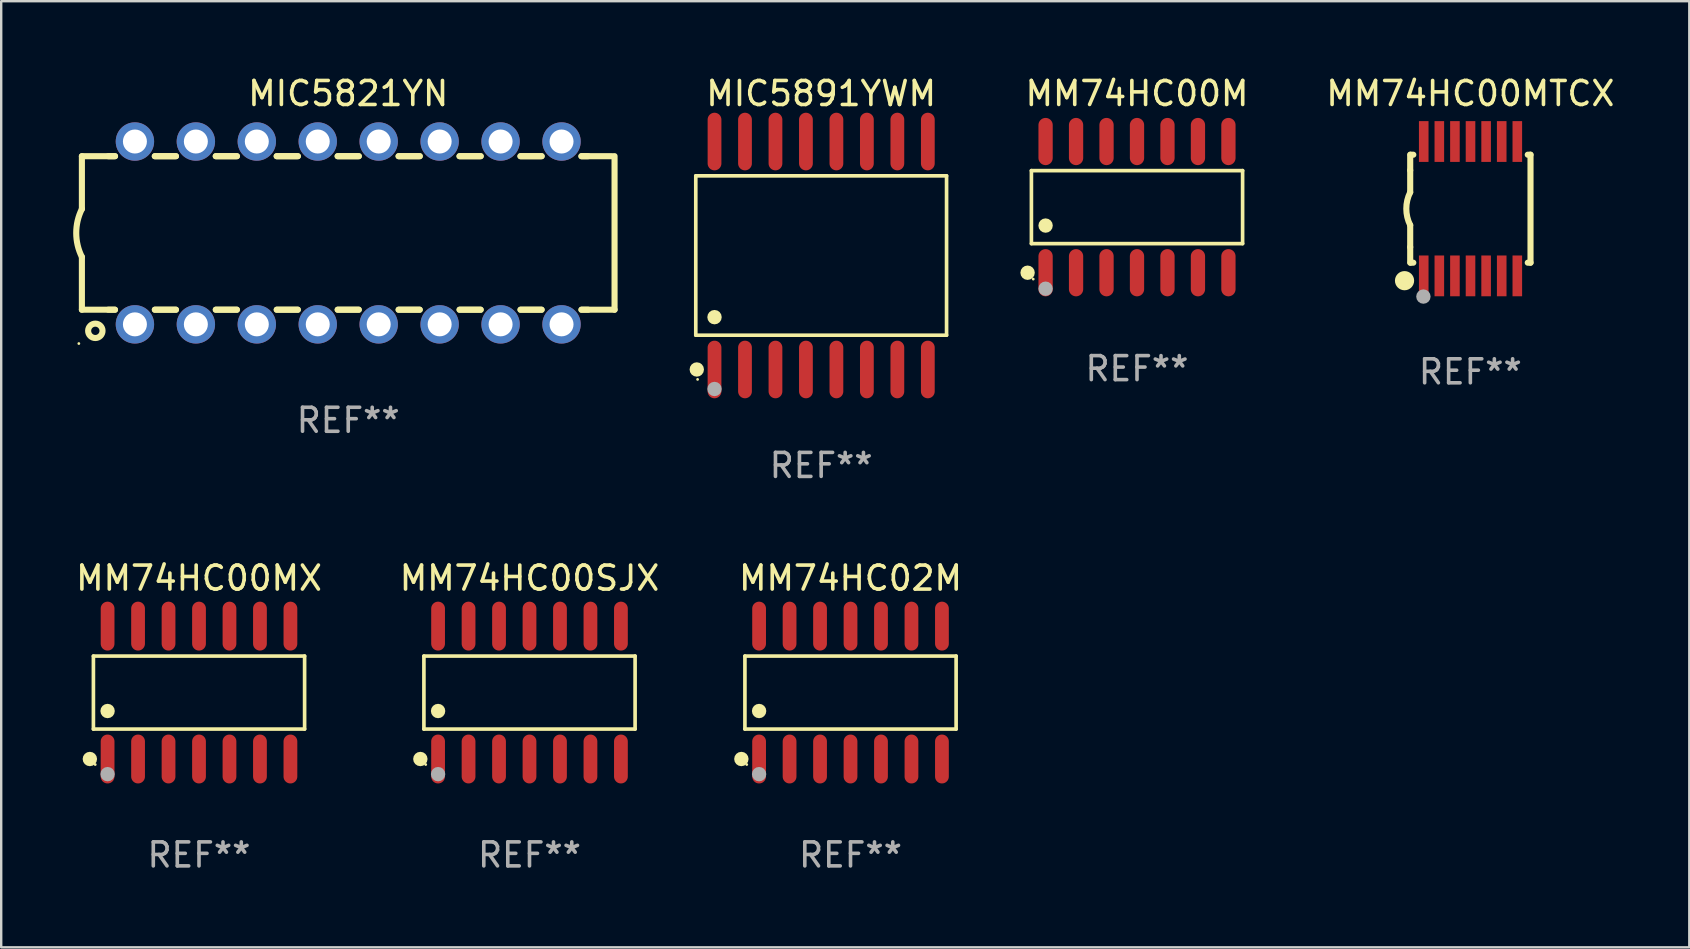
<source format=kicad_pcb>
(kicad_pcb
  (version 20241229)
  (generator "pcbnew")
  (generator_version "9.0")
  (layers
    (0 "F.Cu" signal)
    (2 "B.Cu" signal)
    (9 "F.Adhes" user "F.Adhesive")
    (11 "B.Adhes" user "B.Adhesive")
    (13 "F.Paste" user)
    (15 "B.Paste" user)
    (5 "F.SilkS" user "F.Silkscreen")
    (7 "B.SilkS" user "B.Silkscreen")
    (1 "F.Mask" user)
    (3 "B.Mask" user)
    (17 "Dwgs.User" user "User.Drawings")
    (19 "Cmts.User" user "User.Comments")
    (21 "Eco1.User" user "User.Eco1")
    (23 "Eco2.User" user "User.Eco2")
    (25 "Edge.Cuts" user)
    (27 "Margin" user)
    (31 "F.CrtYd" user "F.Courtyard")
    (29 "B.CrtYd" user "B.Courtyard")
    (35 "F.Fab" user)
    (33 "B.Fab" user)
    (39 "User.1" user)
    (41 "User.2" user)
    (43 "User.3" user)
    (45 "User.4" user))
  (footprint "MIC5891YWM"
    (layer "F.Cu")
    (at 31.174 7.599)
    (property "Reference" "MIC5891YWM" (at 0 -6.75 0) (layer "F.SilkS") (effects (font (size 1 1) (thickness 0.15))))
    (attr through_hole)
    (fp_line (start -5.226 -3.321) (end 5.226 -3.321) (stroke (width 0.152) (type solid)) (layer "F.SilkS"))
    (fp_line (start -5.226 3.321) (end -5.226 -3.321) (stroke (width 0.152) (type solid)) (layer "F.SilkS"))
    (fp_line (start 5.226 -3.321) (end 5.226 3.321) (stroke (width 0.152) (type solid)) (layer "F.SilkS"))
    (fp_line (start 5.226 3.321) (end -5.226 3.321) (stroke (width 0.152) (type solid)) (layer "F.SilkS"))
    (fp_circle (center -5.184 4.75) (end -5.034 4.75) (stroke (width 0.3) (type solid)) (fill no) (layer "F.SilkS"))
    (fp_circle (center -5.15 5.163) (end -5.12 5.163) (stroke (width 0.06) (type solid)) (fill no) (layer "F.SilkS"))
    (fp_circle (center -4.445 2.569) (end -4.295 2.569) (stroke (width 0.3) (type solid)) (fill no) (layer "F.SilkS"))
    (fp_circle (center -4.445 5.563) (end -4.295 5.563) (stroke (width 0.3) (type solid)) (fill no) (layer "F.Fab"))
    (fp_text user "REF**" (at 0 8.75 0) (layer "F.Fab") (effects (font (size 1 1) (thickness 0.15))))
    (pad "1" smd oval (at -4.445 4.75) (size 0.574 2.401) (layers "F.Cu" "F.Mask" "F.Paste"))
    (pad "2" smd oval (at -3.175 4.75) (size 0.574 2.401) (layers "F.Cu" "F.Mask" "F.Paste"))
    (pad "3" smd oval (at -1.905 4.75) (size 0.574 2.401) (layers "F.Cu" "F.Mask" "F.Paste"))
    (pad "4" smd oval (at -0.635 4.75) (size 0.574 2.401) (layers "F.Cu" "F.Mask" "F.Paste"))
    (pad "5" smd oval (at 0.635 4.75) (size 0.574 2.401) (layers "F.Cu" "F.Mask" "F.Paste"))
    (pad "6" smd oval (at 1.905 4.75) (size 0.574 2.401) (layers "F.Cu" "F.Mask" "F.Paste"))
    (pad "7" smd oval (at 3.175 4.75) (size 0.574 2.401) (layers "F.Cu" "F.Mask" "F.Paste"))
    (pad "8" smd oval (at 4.445 4.75) (size 0.574 2.401) (layers "F.Cu" "F.Mask" "F.Paste"))
    (pad "9" smd oval (at 4.445 -4.75) (size 0.574 2.401) (layers "F.Cu" "F.Mask" "F.Paste"))
    (pad "10" smd oval (at 3.175 -4.75) (size 0.574 2.401) (layers "F.Cu" "F.Mask" "F.Paste"))
    (pad "11" smd oval (at 1.905 -4.75) (size 0.574 2.401) (layers "F.Cu" "F.Mask" "F.Paste"))
    (pad "12" smd oval (at 0.635 -4.75) (size 0.574 2.401) (layers "F.Cu" "F.Mask" "F.Paste"))
    (pad "13" smd oval (at -0.635 -4.75) (size 0.574 2.401) (layers "F.Cu" "F.Mask" "F.Paste"))
    (pad "14" smd oval (at -1.905 -4.75) (size 0.574 2.401) (layers "F.Cu" "F.Mask" "F.Paste"))
    (pad "15" smd oval (at -3.175 -4.75) (size 0.574 2.401) (layers "F.Cu" "F.Mask" "F.Paste"))
    (pad "16" smd oval (at -4.445 -4.75) (size 0.574 2.401) (layers "F.Cu" "F.Mask" "F.Paste")))
  (footprint "MIC5821YN"
    (layer "F.Cu")
    (at 11.463 6.658)
    (property "Reference" "MIC5821YN" (at 0 -5.81 0) (layer "F.SilkS") (effects (font (size 1 1) (thickness 0.15))))
    (attr through_hole)
    (fp_line (start -11.1 -3.198) (end -9.719 -3.198) (stroke (width 0.254) (type solid)) (layer "F.SilkS"))
    (fp_line (start -11.1 -0.998) (end -11.1 -3.198) (stroke (width 0.254) (type solid)) (layer "F.SilkS"))
    (fp_line (start -11.1 3.2) (end -11.1 1) (stroke (width 0.254) (type solid)) (layer "F.SilkS"))
    (fp_line (start -11.1 3.2) (end -9.721 3.2) (stroke (width 0.254) (type solid)) (layer "F.SilkS"))
    (fp_line (start -10 -3.198) (end -9.719 -3.198) (stroke (width 0.254) (type solid)) (layer "F.SilkS"))
    (fp_line (start -10 3.2) (end -9.721 3.2) (stroke (width 0.254) (type solid)) (layer "F.SilkS"))
    (fp_line (start -8.061 -3.198) (end -7.179 -3.198) (stroke (width 0.254) (type solid)) (layer "F.SilkS"))
    (fp_line (start -8.061 -3.198) (end -7.179 -3.198) (stroke (width 0.254) (type solid)) (layer "F.SilkS"))
    (fp_line (start -8.059 3.2) (end -7.181 3.2) (stroke (width 0.254) (type solid)) (layer "F.SilkS"))
    (fp_line (start -8.059 3.2) (end -7.181 3.2) (stroke (width 0.254) (type solid)) (layer "F.SilkS"))
    (fp_line (start -5.521 -3.198) (end -4.639 -3.198) (stroke (width 0.254) (type solid)) (layer "F.SilkS"))
    (fp_line (start -5.521 -3.198) (end -4.639 -3.198) (stroke (width 0.254) (type solid)) (layer "F.SilkS"))
    (fp_line (start -5.519 3.2) (end -4.641 3.2) (stroke (width 0.254) (type solid)) (layer "F.SilkS"))
    (fp_line (start -5.519 3.2) (end -4.641 3.2) (stroke (width 0.254) (type solid)) (layer "F.SilkS"))
    (fp_line (start -2.981 -3.198) (end -2.099 -3.198) (stroke (width 0.254) (type solid)) (layer "F.SilkS"))
    (fp_line (start -2.981 -3.198) (end -2.099 -3.198) (stroke (width 0.254) (type solid)) (layer "F.SilkS"))
    (fp_line (start -2.979 3.2) (end -2.101 3.2) (stroke (width 0.254) (type solid)) (layer "F.SilkS"))
    (fp_line (start -2.979 3.2) (end -2.101 3.2) (stroke (width 0.254) (type solid)) (layer "F.SilkS"))
    (fp_line (start -0.441 -3.198) (end 0.441 -3.198) (stroke (width 0.254) (type solid)) (layer "F.SilkS"))
    (fp_line (start -0.441 -3.198) (end 0.441 -3.198) (stroke (width 0.254) (type solid)) (layer "F.SilkS"))
    (fp_line (start -0.439 3.2) (end 0.439 3.2) (stroke (width 0.254) (type solid)) (layer "F.SilkS"))
    (fp_line (start -0.439 3.2) (end 0.439 3.2) (stroke (width 0.254) (type solid)) (layer "F.SilkS"))
    (fp_line (start 2.099 -3.198) (end 2.981 -3.198) (stroke (width 0.254) (type solid)) (layer "F.SilkS"))
    (fp_line (start 2.099 -3.198) (end 2.981 -3.198) (stroke (width 0.254) (type solid)) (layer "F.SilkS"))
    (fp_line (start 2.101 3.2) (end 2.979 3.2) (stroke (width 0.254) (type solid)) (layer "F.SilkS"))
    (fp_line (start 2.101 3.2) (end 2.979 3.2) (stroke (width 0.254) (type solid)) (layer "F.SilkS"))
    (fp_line (start 4.639 -3.198) (end 5.521 -3.198) (stroke (width 0.254) (type solid)) (layer "F.SilkS"))
    (fp_line (start 4.639 -3.198) (end 5.521 -3.198) (stroke (width 0.254) (type solid)) (layer "F.SilkS"))
    (fp_line (start 4.641 3.2) (end 5.519 3.2) (stroke (width 0.254) (type solid)) (layer "F.SilkS"))
    (fp_line (start 4.641 3.2) (end 5.519 3.2) (stroke (width 0.254) (type solid)) (layer "F.SilkS"))
    (fp_line (start 7.179 -3.198) (end 8.061 -3.198) (stroke (width 0.254) (type solid)) (layer "F.SilkS"))
    (fp_line (start 7.179 -3.198) (end 8.061 -3.198) (stroke (width 0.254) (type solid)) (layer "F.SilkS"))
    (fp_line (start 7.181 3.2) (end 8.059 3.2) (stroke (width 0.254) (type solid)) (layer "F.SilkS"))
    (fp_line (start 7.181 3.2) (end 8.059 3.2) (stroke (width 0.254) (type solid)) (layer "F.SilkS"))
    (fp_line (start 9.719 -3.198) (end 10 -3.198) (stroke (width 0.254) (type solid)) (layer "F.SilkS"))
    (fp_line (start 9.719 -3.198) (end 11 -3.198) (stroke (width 0.254) (type solid)) (layer "F.SilkS"))
    (fp_line (start 9.721 3.2) (end 11.1 3.2) (stroke (width 0.254) (type solid)) (layer "F.SilkS"))
    (fp_line (start 9.721 3.2) (end 10 3.2) (stroke (width 0.254) (type solid)) (layer "F.SilkS"))
    (fp_line (start 11.1 3.2) (end 11.1 -3.2) (stroke (width 0.254) (type solid)) (layer "F.SilkS"))
    (fp_arc (start -11.099823 1.000762) (mid -11.335827 0.001303) (end -11.1 -0.998197) (stroke (width 0.254001) (type solid)) (layer "F.SilkS"))
    (fp_circle (center -11.227 4.61) (end -11.197 4.61) (stroke (width 0.06) (type solid)) (fill no) (layer "F.SilkS"))
    (fp_circle (center -10.54 4.08) (end -10.24 4.08) (stroke (width 0.254) (type solid)) (fill no) (layer "F.SilkS"))
    (fp_text user "REF**" (at 0 7.81 0) (layer "F.Fab") (effects (font (size 1 1) (thickness 0.15))))
    (pad "1" thru_hole circle (at -8.89 3.81) (size 1.6 1.6) (drill 1) (layers "*.Cu" "*.Mask"))
    (pad "2" thru_hole circle (at -6.35 3.81) (size 1.6 1.6) (drill 1) (layers "*.Cu" "*.Mask"))
    (pad "3" thru_hole circle (at -3.81 3.81) (size 1.6 1.6) (drill 1) (layers "*.Cu" "*.Mask"))
    (pad "4" thru_hole circle (at -1.27 3.81) (size 1.6 1.6) (drill 1) (layers "*.Cu" "*.Mask"))
    (pad "5" thru_hole circle (at 1.27 3.81) (size 1.6 1.6) (drill 1) (layers "*.Cu" "*.Mask"))
    (pad "6" thru_hole circle (at 3.81 3.81) (size 1.6 1.6) (drill 1) (layers "*.Cu" "*.Mask"))
    (pad "7" thru_hole circle (at 6.35 3.81) (size 1.6 1.6) (drill 1) (layers "*.Cu" "*.Mask"))
    (pad "8" thru_hole circle (at 8.89 3.81) (size 1.6 1.6) (drill 1) (layers "*.Cu" "*.Mask"))
    (pad "9" thru_hole circle (at 8.89 -3.81) (size 1.6 1.6) (drill 1) (layers "*.Cu" "*.Mask"))
    (pad "10" thru_hole circle (at 6.35 -3.81) (size 1.6 1.6) (drill 1) (layers "*.Cu" "*.Mask"))
    (pad "11" thru_hole circle (at 3.81 -3.81) (size 1.6 1.6) (drill 1) (layers "*.Cu" "*.Mask"))
    (pad "12" thru_hole circle (at 1.27 -3.81) (size 1.6 1.6) (drill 1) (layers "*.Cu" "*.Mask"))
    (pad "13" thru_hole circle (at -1.27 -3.81) (size 1.6 1.6) (drill 1) (layers "*.Cu" "*.Mask"))
    (pad "14" thru_hole circle (at -3.81 -3.81) (size 1.6 1.6) (drill 1) (layers "*.Cu" "*.Mask"))
    (pad "15" thru_hole circle (at -6.35 -3.81) (size 1.6 1.6) (drill 1) (layers "*.Cu" "*.Mask"))
    (pad "16" thru_hole circle (at -8.89 -3.81) (size 1.6 1.6) (drill 1) (layers "*.Cu" "*.Mask")))
  (footprint "MM74HC00MTCX"
    (layer "F.Cu")
    (at 58.23 5.648)
    (property "Reference" "MM74HC00MTCX" (at 0 -4.8 0) (layer "F.SilkS") (effects (font (size 1 1) (thickness 0.15))))
    (attr through_hole)
    (fp_line (start -2.507 -1.6) (end -2.507 -2.25) (stroke (width 0.254) (type solid)) (layer "F.SilkS"))
    (fp_line (start -2.507 -0.686) (end -2.507 -1.6) (stroke (width 0.254) (type solid)) (layer "F.SilkS"))
    (fp_line (start -2.507 1.6) (end -2.507 0.686) (stroke (width 0.254) (type solid)) (layer "F.SilkS"))
    (fp_line (start -2.507 1.6) (end -2.507 2.25) (stroke (width 0.254) (type solid)) (layer "F.SilkS"))
    (fp_line (start -2.493 -2.25) (end -2.377 -2.25) (stroke (width 0.254) (type solid)) (layer "F.SilkS"))
    (fp_line (start -2.377 2.25) (end -2.493 2.25) (stroke (width 0.254) (type solid)) (layer "F.SilkS"))
    (fp_line (start 2.392 -2.25) (end 2.507 -2.25) (stroke (width 0.254) (type solid)) (layer "F.SilkS"))
    (fp_line (start 2.507 -2.25) (end 2.507 2.25) (stroke (width 0.254) (type solid)) (layer "F.SilkS"))
    (fp_line (start 2.507 2.25) (end 2.392 2.25) (stroke (width 0.254) (type solid)) (layer "F.SilkS"))
    (fp_arc (start -2.507303 0.685802) (mid -2.669199 0) (end -2.507303 -0.685801) (stroke (width 0.254001) (type solid)) (layer "F.SilkS"))
    (fp_circle (center -2.743 3) (end -2.543 3) (stroke (width 0.4) (type solid)) (fill no) (layer "F.SilkS"))
    (fp_circle (center -2.493 3.2) (end -2.463 3.2) (stroke (width 0.06) (type solid)) (fill no) (layer "F.SilkS"))
    (fp_circle (center -1.957 3.662) (end -1.807 3.662) (stroke (width 0.3) (type solid)) (fill no) (layer "F.Fab"))
    (fp_text user "REF**" (at 0 6.8 0) (layer "F.Fab") (effects (font (size 1 1) (thickness 0.15))))
    (pad "1" smd rect (at -1.943 2.8) (size 0.4 1.7) (layers "F.Cu" "F.Mask" "F.Paste"))
    (pad "2" smd rect (at -1.293 2.8) (size 0.4 1.7) (layers "F.Cu" "F.Mask" "F.Paste"))
    (pad "3" smd rect (at -0.643 2.8) (size 0.4 1.7) (layers "F.Cu" "F.Mask" "F.Paste"))
    (pad "4" smd rect (at 0.007 2.8) (size 0.4 1.7) (layers "F.Cu" "F.Mask" "F.Paste"))
    (pad "5" smd rect (at 0.657 2.8) (size 0.4 1.7) (layers "F.Cu" "F.Mask" "F.Paste"))
    (pad "6" smd rect (at 1.307 2.8) (size 0.4 1.7) (layers "F.Cu" "F.Mask" "F.Paste"))
    (pad "7" smd rect (at 1.957 2.8) (size 0.4 1.7) (layers "F.Cu" "F.Mask" "F.Paste"))
    (pad "8" smd rect (at 1.957 -2.8) (size 0.4 1.7) (layers "F.Cu" "F.Mask" "F.Paste"))
    (pad "9" smd rect (at 1.307 -2.8) (size 0.4 1.7) (layers "F.Cu" "F.Mask" "F.Paste"))
    (pad "10" smd rect (at 0.657 -2.8) (size 0.4 1.7) (layers "F.Cu" "F.Mask" "F.Paste"))
    (pad "11" smd rect (at 0.007 -2.8) (size 0.4 1.7) (layers "F.Cu" "F.Mask" "F.Paste"))
    (pad "12" smd rect (at -0.643 -2.8) (size 0.4 1.7) (layers "F.Cu" "F.Mask" "F.Paste"))
    (pad "13" smd rect (at -1.293 -2.8) (size 0.4 1.7) (layers "F.Cu" "F.Mask" "F.Paste"))
    (pad "14" smd rect (at -1.943 -2.8) (size 0.4 1.7) (layers "F.Cu" "F.Mask" "F.Paste")))
  (footprint "MM74HC02M"
    (layer "F.Cu")
    (at 32.397 25.814)
    (property "Reference" "MM74HC02M" (at 0 -4.769 0) (layer "F.SilkS") (effects (font (size 1 1) (thickness 0.15))))
    (attr through_hole)
    (fp_line (start -4.401 -1.521) (end 4.401 -1.521) (stroke (width 0.152) (type solid)) (layer "F.SilkS"))
    (fp_line (start -4.401 1.521) (end -4.401 -1.521) (stroke (width 0.152) (type solid)) (layer "F.SilkS"))
    (fp_line (start 4.401 -1.521) (end 4.401 1.521) (stroke (width 0.152) (type solid)) (layer "F.SilkS"))
    (fp_line (start 4.401 1.521) (end -4.401 1.521) (stroke (width 0.152) (type solid)) (layer "F.SilkS"))
    (fp_circle (center -4.549 2.769) (end -4.399 2.769) (stroke (width 0.3) (type solid)) (fill no) (layer "F.SilkS"))
    (fp_circle (center -4.325 3) (end -4.295 3) (stroke (width 0.06) (type solid)) (fill no) (layer "F.SilkS"))
    (fp_circle (center -3.81 0.769) (end -3.66 0.769) (stroke (width 0.3) (type solid)) (fill no) (layer "F.SilkS"))
    (fp_circle (center -3.81 3.4) (end -3.66 3.4) (stroke (width 0.3) (type solid)) (fill no) (layer "F.Fab"))
    (fp_text user "REF**" (at 0 6.769 0) (layer "F.Fab") (effects (font (size 1 1) (thickness 0.15))))
    (pad "1" smd oval (at -3.81 2.769) (size 0.574 2.038) (layers "F.Cu" "F.Mask" "F.Paste"))
    (pad "2" smd oval (at -2.54 2.769) (size 0.574 2.038) (layers "F.Cu" "F.Mask" "F.Paste"))
    (pad "3" smd oval (at -1.27 2.769) (size 0.574 2.038) (layers "F.Cu" "F.Mask" "F.Paste"))
    (pad "4" smd oval (at 0 2.769) (size 0.574 2.038) (layers "F.Cu" "F.Mask" "F.Paste"))
    (pad "5" smd oval (at 1.27 2.769) (size 0.574 2.038) (layers "F.Cu" "F.Mask" "F.Paste"))
    (pad "6" smd oval (at 2.54 2.769) (size 0.574 2.038) (layers "F.Cu" "F.Mask" "F.Paste"))
    (pad "7" smd oval (at 3.81 2.769) (size 0.574 2.038) (layers "F.Cu" "F.Mask" "F.Paste"))
    (pad "8" smd oval (at 3.81 -2.769) (size 0.574 2.038) (layers "F.Cu" "F.Mask" "F.Paste"))
    (pad "9" smd oval (at 2.54 -2.769) (size 0.574 2.038) (layers "F.Cu" "F.Mask" "F.Paste"))
    (pad "10" smd oval (at 1.27 -2.769) (size 0.574 2.038) (layers "F.Cu" "F.Mask" "F.Paste"))
    (pad "11" smd oval (at 0 -2.769) (size 0.574 2.038) (layers "F.Cu" "F.Mask" "F.Paste"))
    (pad "12" smd oval (at -1.27 -2.769) (size 0.574 2.038) (layers "F.Cu" "F.Mask" "F.Paste"))
    (pad "13" smd oval (at -2.54 -2.769) (size 0.574 2.038) (layers "F.Cu" "F.Mask" "F.Paste"))
    (pad "14" smd oval (at -3.81 -2.769) (size 0.574 2.038) (layers "F.Cu" "F.Mask" "F.Paste")))
  (footprint "MM74HC00M"
    (layer "F.Cu")
    (at 44.337 5.582)
    (property "Reference" "MM74HC00M" (at 0 -4.734 0) (layer "F.SilkS") (effects (font (size 1 1) (thickness 0.15))))
    (attr through_hole)
    (fp_line (start -4.401 -1.521) (end 4.401 -1.521) (stroke (width 0.152) (type solid)) (layer "F.SilkS"))
    (fp_line (start -4.401 1.521) (end -4.401 -1.521) (stroke (width 0.152) (type solid)) (layer "F.SilkS"))
    (fp_line (start 4.401 -1.521) (end 4.401 1.521) (stroke (width 0.152) (type solid)) (layer "F.SilkS"))
    (fp_line (start 4.401 1.521) (end -4.401 1.521) (stroke (width 0.152) (type solid)) (layer "F.SilkS"))
    (fp_circle (center -4.56 2.734) (end -4.41 2.734) (stroke (width 0.3) (type solid)) (fill no) (layer "F.SilkS"))
    (fp_circle (center -4.325 3) (end -4.295 3) (stroke (width 0.06) (type solid)) (fill no) (layer "F.SilkS"))
    (fp_circle (center -3.81 0.769) (end -3.66 0.769) (stroke (width 0.3) (type solid)) (fill no) (layer "F.SilkS"))
    (fp_circle (center -3.81 3.4) (end -3.66 3.4) (stroke (width 0.3) (type solid)) (fill no) (layer "F.Fab"))
    (fp_text user "REF**" (at 0 6.734 0) (layer "F.Fab") (effects (font (size 1 1) (thickness 0.15))))
    (pad "1" smd oval (at -3.81 2.734) (size 0.595 1.968) (layers "F.Cu" "F.Mask" "F.Paste"))
    (pad "2" smd oval (at -2.54 2.734) (size 0.595 1.968) (layers "F.Cu" "F.Mask" "F.Paste"))
    (pad "3" smd oval (at -1.27 2.734) (size 0.595 1.968) (layers "F.Cu" "F.Mask" "F.Paste"))
    (pad "4" smd oval (at 0 2.734) (size 0.595 1.968) (layers "F.Cu" "F.Mask" "F.Paste"))
    (pad "5" smd oval (at 1.27 2.734) (size 0.595 1.968) (layers "F.Cu" "F.Mask" "F.Paste"))
    (pad "6" smd oval (at 2.54 2.734) (size 0.595 1.968) (layers "F.Cu" "F.Mask" "F.Paste"))
    (pad "7" smd oval (at 3.81 2.734) (size 0.595 1.968) (layers "F.Cu" "F.Mask" "F.Paste"))
    (pad "8" smd oval (at 3.81 -2.734) (size 0.595 1.968) (layers "F.Cu" "F.Mask" "F.Paste"))
    (pad "9" smd oval (at 2.54 -2.734) (size 0.595 1.968) (layers "F.Cu" "F.Mask" "F.Paste"))
    (pad "10" smd oval (at 1.27 -2.734) (size 0.595 1.968) (layers "F.Cu" "F.Mask" "F.Paste"))
    (pad "11" smd oval (at 0 -2.734) (size 0.595 1.968) (layers "F.Cu" "F.Mask" "F.Paste"))
    (pad "12" smd oval (at -1.27 -2.734) (size 0.595 1.968) (layers "F.Cu" "F.Mask" "F.Paste"))
    (pad "13" smd oval (at -2.54 -2.734) (size 0.595 1.968) (layers "F.Cu" "F.Mask" "F.Paste"))
    (pad "14" smd oval (at -3.81 -2.734) (size 0.595 1.968) (layers "F.Cu" "F.Mask" "F.Paste")))
  (footprint "MM74HC00SJX"
    (layer "F.Cu")
    (at 19.018 25.814)
    (property "Reference" "MM74HC00SJX" (at 0 -4.769 0) (layer "F.SilkS") (effects (font (size 1 1) (thickness 0.15))))
    (attr through_hole)
    (fp_line (start -4.401 -1.521) (end 4.401 -1.521) (stroke (width 0.152) (type solid)) (layer "F.SilkS"))
    (fp_line (start -4.401 1.521) (end -4.401 -1.521) (stroke (width 0.152) (type solid)) (layer "F.SilkS"))
    (fp_line (start 4.401 -1.521) (end 4.401 1.521) (stroke (width 0.152) (type solid)) (layer "F.SilkS"))
    (fp_line (start 4.401 1.521) (end -4.401 1.521) (stroke (width 0.152) (type solid)) (layer "F.SilkS"))
    (fp_circle (center -4.549 2.769) (end -4.399 2.769) (stroke (width 0.3) (type solid)) (fill no) (layer "F.SilkS"))
    (fp_circle (center -4.325 3) (end -4.295 3) (stroke (width 0.06) (type solid)) (fill no) (layer "F.SilkS"))
    (fp_circle (center -3.81 0.769) (end -3.66 0.769) (stroke (width 0.3) (type solid)) (fill no) (layer "F.SilkS"))
    (fp_circle (center -3.81 3.4) (end -3.66 3.4) (stroke (width 0.3) (type solid)) (fill no) (layer "F.Fab"))
    (fp_text user "REF**" (at 0 6.769 0) (layer "F.Fab") (effects (font (size 1 1) (thickness 0.15))))
    (pad "1" smd oval (at -3.81 2.769) (size 0.574 2.038) (layers "F.Cu" "F.Mask" "F.Paste"))
    (pad "2" smd oval (at -2.54 2.769) (size 0.574 2.038) (layers "F.Cu" "F.Mask" "F.Paste"))
    (pad "3" smd oval (at -1.27 2.769) (size 0.574 2.038) (layers "F.Cu" "F.Mask" "F.Paste"))
    (pad "4" smd oval (at 0 2.769) (size 0.574 2.038) (layers "F.Cu" "F.Mask" "F.Paste"))
    (pad "5" smd oval (at 1.27 2.769) (size 0.574 2.038) (layers "F.Cu" "F.Mask" "F.Paste"))
    (pad "6" smd oval (at 2.54 2.769) (size 0.574 2.038) (layers "F.Cu" "F.Mask" "F.Paste"))
    (pad "7" smd oval (at 3.81 2.769) (size 0.574 2.038) (layers "F.Cu" "F.Mask" "F.Paste"))
    (pad "8" smd oval (at 3.81 -2.769) (size 0.574 2.038) (layers "F.Cu" "F.Mask" "F.Paste"))
    (pad "9" smd oval (at 2.54 -2.769) (size 0.574 2.038) (layers "F.Cu" "F.Mask" "F.Paste"))
    (pad "10" smd oval (at 1.27 -2.769) (size 0.574 2.038) (layers "F.Cu" "F.Mask" "F.Paste"))
    (pad "11" smd oval (at 0 -2.769) (size 0.574 2.038) (layers "F.Cu" "F.Mask" "F.Paste"))
    (pad "12" smd oval (at -1.27 -2.769) (size 0.574 2.038) (layers "F.Cu" "F.Mask" "F.Paste"))
    (pad "13" smd oval (at -2.54 -2.769) (size 0.574 2.038) (layers "F.Cu" "F.Mask" "F.Paste"))
    (pad "14" smd oval (at -3.81 -2.769) (size 0.574 2.038) (layers "F.Cu" "F.Mask" "F.Paste")))
  (footprint "MM74HC00MX"
    (layer "F.Cu")
    (at 5.244 25.814)
    (property "Reference" "MM74HC00MX" (at 0 -4.769 0) (layer "F.SilkS") (effects (font (size 1 1) (thickness 0.15))))
    (attr through_hole)
    (fp_line (start -4.401 -1.521) (end 4.401 -1.521) (stroke (width 0.152) (type solid)) (layer "F.SilkS"))
    (fp_line (start -4.401 1.521) (end -4.401 -1.521) (stroke (width 0.152) (type solid)) (layer "F.SilkS"))
    (fp_line (start 4.401 -1.521) (end 4.401 1.521) (stroke (width 0.152) (type solid)) (layer "F.SilkS"))
    (fp_line (start 4.401 1.521) (end -4.401 1.521) (stroke (width 0.152) (type solid)) (layer "F.SilkS"))
    (fp_circle (center -4.549 2.769) (end -4.399 2.769) (stroke (width 0.3) (type solid)) (fill no) (layer "F.SilkS"))
    (fp_circle (center -4.325 3) (end -4.295 3) (stroke (width 0.06) (type solid)) (fill no) (layer "F.SilkS"))
    (fp_circle (center -3.81 0.769) (end -3.66 0.769) (stroke (width 0.3) (type solid)) (fill no) (layer "F.SilkS"))
    (fp_circle (center -3.81 3.4) (end -3.66 3.4) (stroke (width 0.3) (type solid)) (fill no) (layer "F.Fab"))
    (fp_text user "REF**" (at 0 6.769 0) (layer "F.Fab") (effects (font (size 1 1) (thickness 0.15))))
    (pad "1" smd oval (at -3.81 2.769) (size 0.574 2.038) (layers "F.Cu" "F.Mask" "F.Paste"))
    (pad "2" smd oval (at -2.54 2.769) (size 0.574 2.038) (layers "F.Cu" "F.Mask" "F.Paste"))
    (pad "3" smd oval (at -1.27 2.769) (size 0.574 2.038) (layers "F.Cu" "F.Mask" "F.Paste"))
    (pad "4" smd oval (at 0 2.769) (size 0.574 2.038) (layers "F.Cu" "F.Mask" "F.Paste"))
    (pad "5" smd oval (at 1.27 2.769) (size 0.574 2.038) (layers "F.Cu" "F.Mask" "F.Paste"))
    (pad "6" smd oval (at 2.54 2.769) (size 0.574 2.038) (layers "F.Cu" "F.Mask" "F.Paste"))
    (pad "7" smd oval (at 3.81 2.769) (size 0.574 2.038) (layers "F.Cu" "F.Mask" "F.Paste"))
    (pad "8" smd oval (at 3.81 -2.769) (size 0.574 2.038) (layers "F.Cu" "F.Mask" "F.Paste"))
    (pad "9" smd oval (at 2.54 -2.769) (size 0.574 2.038) (layers "F.Cu" "F.Mask" "F.Paste"))
    (pad "10" smd oval (at 1.27 -2.769) (size 0.574 2.038) (layers "F.Cu" "F.Mask" "F.Paste"))
    (pad "11" smd oval (at 0 -2.769) (size 0.574 2.038) (layers "F.Cu" "F.Mask" "F.Paste"))
    (pad "12" smd oval (at -1.27 -2.769) (size 0.574 2.038) (layers "F.Cu" "F.Mask" "F.Paste"))
    (pad "13" smd oval (at -2.54 -2.769) (size 0.574 2.038) (layers "F.Cu" "F.Mask" "F.Paste"))
    (pad "14" smd oval (at -3.81 -2.769) (size 0.574 2.038) (layers "F.Cu" "F.Mask" "F.Paste")))
  (gr_rect
    (start -3 -3)
    (end 67.355 36.432)
    (stroke (width 0.1) (type default))
    (fill no)
    (layer "Edge.Cuts")))
</source>
